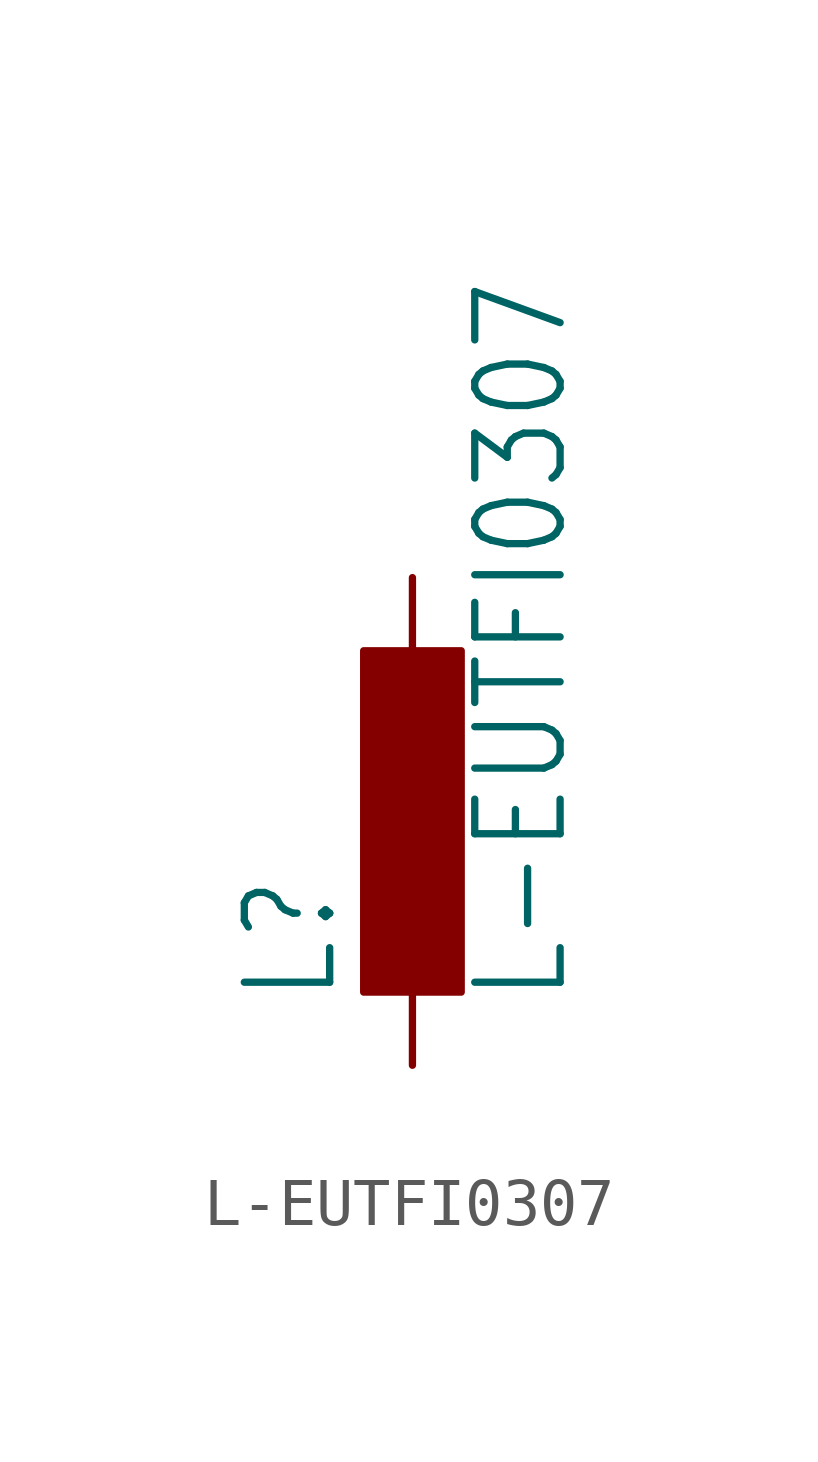
<source format=kicad_sym>
(kicad_symbol_lib
  (version 20211014)
  (generator kicad_symbol_editor)
  (symbol "L-EUTFI0307"
    (property "Reference" "L"
      (at -1.499 -3.81 90)
      (effects (font (size 1.778 1.511)) (justify left bottom)))
    (property "Value" "L-EUTFI0307"
      (at 3.302 -3.81 90)
      (effects (font (size 1.778 1.511)) (justify left bottom)))
    (property "ki_locked" ""
      (at 0 0 0)
      (effects (font (size 1.27 1.27))))
    (symbol "L-EUTFI0307_1_0"
      (rectangle (start -1.016 -3.556) (end 1.016 3.556) (stroke (width 0) (type default) (color 0 0 0 0)) (fill (type outline)))
      (pin passive line (at 0 5.08 270) (length 2.54) (name "1" (effects (font (size 0 0)))) (number "1" (effects (font (size 0 0)))))
      (pin passive line (at 0 -5.08 90) (length 2.54) (name "2" (effects (font (size 0 0)))) (number "2" (effects (font (size 0 0))))))))
</source>
